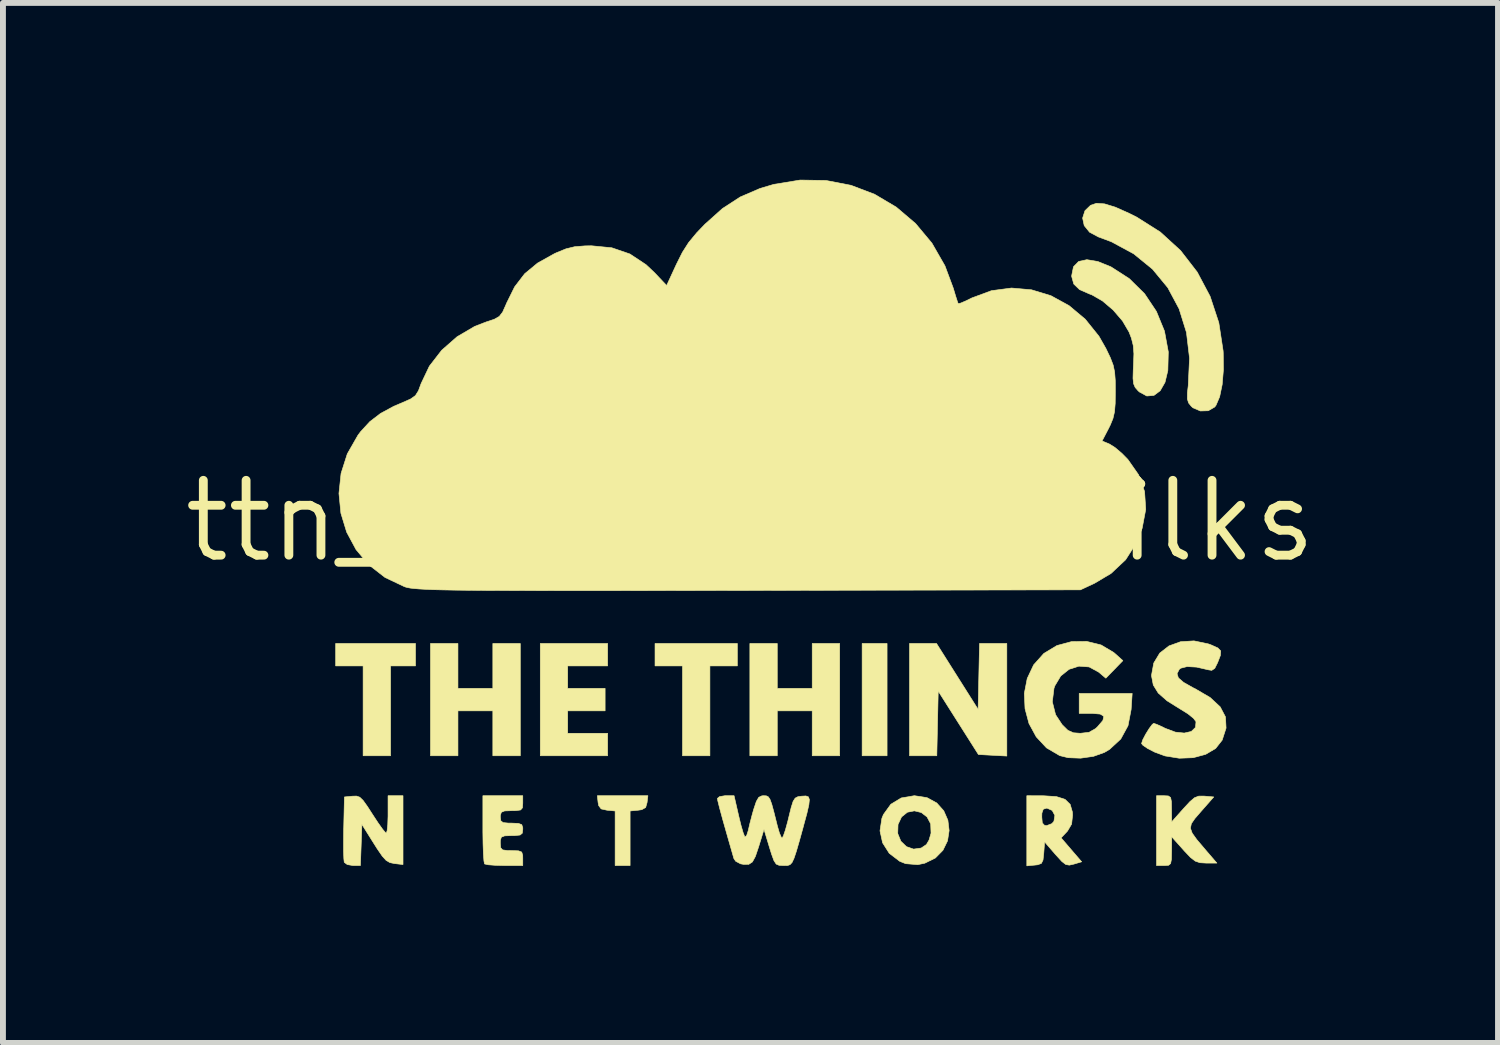
<source format=kicad_pcb>
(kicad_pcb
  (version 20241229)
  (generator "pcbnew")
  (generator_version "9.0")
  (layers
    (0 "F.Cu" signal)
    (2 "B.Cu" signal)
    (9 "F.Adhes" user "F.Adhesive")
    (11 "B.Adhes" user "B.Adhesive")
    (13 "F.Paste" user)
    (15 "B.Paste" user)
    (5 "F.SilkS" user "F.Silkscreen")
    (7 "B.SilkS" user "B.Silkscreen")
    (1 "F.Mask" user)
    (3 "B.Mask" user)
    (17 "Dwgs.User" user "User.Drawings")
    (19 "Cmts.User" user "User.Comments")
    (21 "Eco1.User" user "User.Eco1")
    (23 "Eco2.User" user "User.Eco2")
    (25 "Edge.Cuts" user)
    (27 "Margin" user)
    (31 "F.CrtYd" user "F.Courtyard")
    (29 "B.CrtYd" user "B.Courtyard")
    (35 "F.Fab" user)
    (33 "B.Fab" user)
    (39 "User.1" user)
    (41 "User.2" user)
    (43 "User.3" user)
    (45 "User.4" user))
  (footprint "ttn_logo_small_silks"
    (layer "F.Cu")
    (at 9.683 5.79)
    (property "Reference" "ttn_logo_small_silks" (at 0 0 0) (layer "F.SilkS") (effects (font (size 1.27 1.27) (thickness 0.15))))
    (attr through_hole)
    (fp_poly (pts (xy 2.318 3.983) (xy 1.895 3.983) (xy 1.895 2.078) (xy 2.318 2.078) (xy 2.318 3.983)) (stroke (width 0.01) (type solid)) (fill yes) (layer "F.SilkS"))
    (fp_poly (pts (xy -5.683 2.459) (xy -6.106 2.459) (xy -6.106 3.983) (xy -6.572 3.983) (xy -6.572 2.459) (xy -7.038 2.459) (xy -7.038 2.078) (xy -5.683 2.078) (xy -5.683 2.459)) (stroke (width 0.01) (type solid)) (fill yes) (layer "F.SilkS"))
    (fp_poly (pts (xy -0.222 2.459) (xy -0.688 2.459) (xy -0.688 3.983) (xy -1.153 3.983) (xy -1.153 2.459) (xy -1.619 2.459) (xy -1.619 2.078) (xy -0.222 2.078) (xy -0.222 2.459)) (stroke (width 0.01) (type solid)) (fill yes) (layer "F.SilkS"))
    (fp_poly (pts (xy -4.963 2.84) (xy -4.371 2.84) (xy -4.371 2.078) (xy -3.905 2.078) (xy -3.905 3.983) (xy -4.371 3.983) (xy -4.371 3.221) (xy -4.963 3.221) (xy -4.963 3.983) (xy -5.429 3.983) (xy -5.429 2.078) (xy -4.963 2.078) (xy -4.963 2.84)) (stroke (width 0.01) (type solid)) (fill yes) (layer "F.SilkS"))
    (fp_poly (pts (xy -2.423 2.459) (xy -3.101 2.459) (xy -3.101 2.84) (xy -2.466 2.84) (xy -2.466 3.221) (xy -3.101 3.221) (xy -3.101 3.602) (xy -2.423 3.602) (xy -2.423 3.983) (xy -3.566 3.983) (xy -3.566 2.078) (xy -2.423 2.078) (xy -2.423 2.459)) (stroke (width 0.01) (type solid)) (fill yes) (layer "F.SilkS"))
    (fp_poly (pts (xy 0.455 2.84) (xy 1.048 2.84) (xy 1.048 2.078) (xy 1.514 2.078) (xy 1.514 3.983) (xy 1.048 3.983) (xy 1.048 3.221) (xy 0.455 3.221) (xy 0.455 3.983) (xy -0.01 3.983) (xy -0.01 2.078) (xy 0.455 2.078) (xy 0.455 2.84)) (stroke (width 0.01) (type solid)) (fill yes) (layer "F.SilkS"))
    (fp_poly (pts (xy -1.754 4.777) (xy -1.778 4.861) (xy -1.844 4.898) (xy -1.905 4.907) (xy -2.042 4.92) (xy -2.042 5.846) (xy -2.296 5.846) (xy -2.296 4.92) (xy -2.434 4.907) (xy -2.533 4.885) (xy -2.575 4.829) (xy -2.585 4.777) (xy -2.598 4.661) (xy -1.74 4.661) (xy -1.754 4.777)) (stroke (width 0.01) (type solid)) (fill yes) (layer "F.SilkS"))
    (fp_poly (pts (xy 3.51 2.637) (xy 3.863 3.196) (xy 3.875 2.637) (xy 3.887 2.078) (xy 4.35 2.078) (xy 4.35 3.988) (xy 4.109 3.975) (xy 3.868 3.962) (xy 3.527 3.424) (xy 3.186 2.886) (xy 3.174 3.434) (xy 3.162 3.983) (xy 2.699 3.983) (xy 2.699 2.078) (xy 3.157 2.078) (xy 3.51 2.637)) (stroke (width 0.01) (type solid)) (fill yes) (layer "F.SilkS"))
    (fp_poly (pts (xy -5.895 5.829) (xy -6.041 5.812) (xy -6.117 5.796) (xy -6.181 5.759) (xy -6.248 5.685) (xy -6.333 5.561) (xy -6.39 5.471) (xy -6.593 5.147) (xy -6.605 5.497) (xy -6.618 5.846) (xy -6.744 5.846) (xy -6.841 5.829) (xy -6.892 5.791) (xy -6.899 5.729) (xy -6.904 5.601) (xy -6.904 5.425) (xy -6.902 5.22) (xy -6.901 5.209) (xy -6.889 4.682) (xy -6.752 4.669) (xy -6.684 4.667) (xy -6.629 4.686) (xy -6.572 4.741) (xy -6.499 4.843) (xy -6.414 4.975) (xy -6.321 5.117) (xy -6.243 5.227) (xy -6.192 5.288) (xy -6.18 5.295) (xy -6.165 5.257) (xy -6.154 5.154) (xy -6.149 5.008) (xy -6.149 4.978) (xy -6.149 4.661) (xy -5.895 4.661) (xy -5.895 5.829)) (stroke (width 0.01) (type solid)) (fill yes) (layer "F.SilkS"))
    (fp_poly (pts (xy 5.894 -4.403) (xy 6.116 -4.313) (xy 6.427 -4.113) (xy 6.687 -3.857) (xy 6.888 -3.556) (xy 7.025 -3.222) (xy 7.09 -2.869) (xy 7.082 -2.553) (xy 7.034 -2.353) (xy 6.952 -2.21) (xy 6.846 -2.131) (xy 6.725 -2.121) (xy 6.6 -2.189) (xy 6.577 -2.21) (xy 6.528 -2.266) (xy 6.501 -2.329) (xy 6.491 -2.421) (xy 6.495 -2.565) (xy 6.499 -2.646) (xy 6.506 -2.837) (xy 6.495 -2.978) (xy 6.464 -3.102) (xy 6.424 -3.206) (xy 6.313 -3.395) (xy 6.155 -3.579) (xy 5.973 -3.734) (xy 5.792 -3.838) (xy 5.756 -3.851) (xy 5.584 -3.926) (xy 5.486 -4.021) (xy 5.451 -4.147) (xy 5.451 -4.166) (xy 5.481 -4.314) (xy 5.569 -4.404) (xy 5.708 -4.434) (xy 5.894 -4.403)) (stroke (width 0.01) (type solid)) (fill yes) (layer "F.SilkS"))
    (fp_poly (pts (xy 7.091 4.665) (xy 7.129 4.692) (xy 7.143 4.763) (xy 7.145 4.883) (xy 7.147 5.105) (xy 7.347 4.88) (xy 7.457 4.761) (xy 7.535 4.695) (xy 7.606 4.668) (xy 7.691 4.667) (xy 7.704 4.668) (xy 7.861 4.682) (xy 7.643 4.93) (xy 7.541 5.048) (xy 7.481 5.135) (xy 7.465 5.212) (xy 7.495 5.296) (xy 7.573 5.405) (xy 7.703 5.558) (xy 7.73 5.59) (xy 7.914 5.804) (xy 7.73 5.804) (xy 7.627 5.798) (xy 7.548 5.771) (xy 7.467 5.709) (xy 7.361 5.597) (xy 7.347 5.581) (xy 7.148 5.359) (xy 7.146 5.603) (xy 7.143 5.739) (xy 7.129 5.812) (xy 7.095 5.841) (xy 7.028 5.846) (xy 7.017 5.846) (xy 6.89 5.846) (xy 6.89 4.661) (xy 7.017 4.661) (xy 7.091 4.665)) (stroke (width 0.01) (type solid)) (fill yes) (layer "F.SilkS"))
    (fp_poly (pts (xy 6.008 -5.381) (xy 6.191 -5.325) (xy 6.428 -5.219) (xy 6.554 -5.156) (xy 6.954 -4.903) (xy 7.298 -4.589) (xy 7.581 -4.223) (xy 7.799 -3.812) (xy 7.947 -3.364) (xy 8.02 -2.886) (xy 8.022 -2.851) (xy 8.025 -2.568) (xy 8.004 -2.315) (xy 7.961 -2.108) (xy 7.899 -1.963) (xy 7.877 -1.934) (xy 7.768 -1.871) (xy 7.634 -1.867) (xy 7.508 -1.921) (xy 7.481 -1.945) (xy 7.434 -2.003) (xy 7.413 -2.071) (xy 7.414 -2.176) (xy 7.428 -2.294) (xy 7.45 -2.762) (xy 7.398 -3.199) (xy 7.273 -3.6) (xy 7.081 -3.959) (xy 6.822 -4.273) (xy 6.502 -4.534) (xy 6.122 -4.739) (xy 5.904 -4.82) (xy 5.754 -4.9) (xy 5.663 -5.013) (xy 5.636 -5.14) (xy 5.676 -5.265) (xy 5.77 -5.356) (xy 5.871 -5.391) (xy 6.008 -5.381)) (stroke (width 0.01) (type solid)) (fill yes) (layer "F.SilkS"))
    (fp_poly (pts (xy 2.996 4.694) (xy 3.161 4.784) (xy 3.28 4.917) (xy 3.35 5.077) (xy 3.371 5.252) (xy 3.344 5.427) (xy 3.266 5.587) (xy 3.137 5.718) (xy 2.958 5.806) (xy 2.838 5.831) (xy 2.633 5.814) (xy 2.533 5.774) (xy 2.355 5.638) (xy 2.242 5.46) (xy 2.208 5.303) (xy 2.499 5.303) (xy 2.552 5.433) (xy 2.647 5.525) (xy 2.768 5.567) (xy 2.897 5.549) (xy 2.986 5.489) (xy 3.03 5.414) (xy 3.063 5.301) (xy 3.064 5.293) (xy 3.058 5.138) (xy 2.996 5.021) (xy 2.898 4.946) (xy 2.781 4.918) (xy 2.663 4.941) (xy 2.564 5.021) (xy 2.504 5.149) (xy 2.499 5.303) (xy 2.208 5.303) (xy 2.198 5.257) (xy 2.23 5.045) (xy 2.257 4.979) (xy 2.382 4.806) (xy 2.558 4.699) (xy 2.779 4.661) (xy 2.784 4.661) (xy 2.996 4.694)) (stroke (width 0.01) (type solid)) (fill yes) (layer "F.SilkS"))
    (fp_poly (pts (xy 4.974 4.662) (xy 5.192 4.676) (xy 5.338 4.723) (xy 5.425 4.808) (xy 5.463 4.939) (xy 5.466 4.99) (xy 5.449 5.143) (xy 5.38 5.26) (xy 5.371 5.27) (xy 5.271 5.376) (xy 5.445 5.579) (xy 5.62 5.782) (xy 5.486 5.822) (xy 5.41 5.839) (xy 5.35 5.828) (xy 5.284 5.777) (xy 5.189 5.673) (xy 5.172 5.654) (xy 4.991 5.445) (xy 4.977 5.635) (xy 4.964 5.753) (xy 4.936 5.81) (xy 4.873 5.833) (xy 4.826 5.838) (xy 4.689 5.851) (xy 4.689 5.021) (xy 4.943 5.021) (xy 4.952 5.123) (xy 4.99 5.164) (xy 5.025 5.169) (xy 5.114 5.135) (xy 5.149 5.096) (xy 5.165 4.996) (xy 5.12 4.911) (xy 5.032 4.872) (xy 5.026 4.872) (xy 4.968 4.89) (xy 4.945 4.956) (xy 4.943 5.021) (xy 4.689 5.021) (xy 4.689 4.661) (xy 4.974 4.662)) (stroke (width 0.01) (type solid)) (fill yes) (layer "F.SilkS"))
    (fp_poly (pts (xy -3.863 4.788) (xy -3.868 4.866) (xy -3.9 4.903) (xy -3.981 4.914) (xy -4.053 4.915) (xy -4.171 4.919) (xy -4.226 4.941) (xy -4.243 4.992) (xy -4.244 5.021) (xy -4.236 5.086) (xy -4.197 5.117) (xy -4.105 5.126) (xy -4.053 5.126) (xy -3.936 5.131) (xy -3.88 5.152) (xy -3.863 5.204) (xy -3.863 5.232) (xy -3.871 5.297) (xy -3.909 5.328) (xy -4.002 5.338) (xy -4.053 5.338) (xy -4.17 5.342) (xy -4.226 5.363) (xy -4.243 5.417) (xy -4.244 5.465) (xy -4.238 5.543) (xy -4.206 5.58) (xy -4.125 5.591) (xy -4.053 5.592) (xy -3.936 5.596) (xy -3.881 5.617) (xy -3.864 5.671) (xy -3.863 5.719) (xy -3.863 5.846) (xy -4.173 5.846) (xy -4.328 5.842) (xy -4.448 5.833) (xy -4.51 5.819) (xy -4.512 5.818) (xy -4.522 5.767) (xy -4.531 5.648) (xy -4.537 5.478) (xy -4.54 5.273) (xy -4.54 5.225) (xy -4.54 4.661) (xy -3.863 4.661) (xy -3.863 4.788)) (stroke (width 0.01) (type solid)) (fill yes) (layer "F.SilkS"))
    (fp_poly (pts (xy 5.951 2.104) (xy 6.164 2.231) (xy 6.183 2.247) (xy 6.319 2.369) (xy 6.03 2.667) (xy 5.907 2.563) (xy 5.746 2.476) (xy 5.573 2.463) (xy 5.407 2.516) (xy 5.265 2.629) (xy 5.165 2.796) (xy 5.15 2.839) (xy 5.122 3.068) (xy 5.177 3.286) (xy 5.288 3.455) (xy 5.385 3.551) (xy 5.479 3.593) (xy 5.597 3.602) (xy 5.745 3.585) (xy 5.856 3.522) (xy 5.889 3.491) (xy 5.98 3.384) (xy 5.996 3.314) (xy 5.935 3.276) (xy 5.794 3.264) (xy 5.789 3.264) (xy 5.578 3.264) (xy 5.578 2.925) (xy 6.477 2.925) (xy 6.459 3.199) (xy 6.406 3.474) (xy 6.283 3.699) (xy 6.093 3.875) (xy 6.005 3.927) (xy 5.82 3.993) (xy 5.602 4.024) (xy 5.39 4.016) (xy 5.248 3.981) (xy 5.023 3.849) (xy 4.849 3.662) (xy 4.726 3.436) (xy 4.659 3.185) (xy 4.647 2.925) (xy 4.696 2.672) (xy 4.805 2.441) (xy 4.979 2.246) (xy 4.98 2.246) (xy 5.2 2.113) (xy 5.449 2.046) (xy 5.706 2.043) (xy 5.951 2.104)) (stroke (width 0.01) (type solid)) (fill yes) (layer "F.SilkS"))
    (fp_poly (pts (xy 7.769 2.085) (xy 7.82 2.104) (xy 7.931 2.154) (xy 7.979 2.204) (xy 7.974 2.28) (xy 7.927 2.402) (xy 7.878 2.5) (xy 7.827 2.534) (xy 7.769 2.525) (xy 7.57 2.479) (xy 7.408 2.47) (xy 7.299 2.498) (xy 7.275 2.518) (xy 7.238 2.591) (xy 7.261 2.662) (xy 7.349 2.738) (xy 7.51 2.829) (xy 7.547 2.847) (xy 7.8 2.995) (xy 7.97 3.153) (xy 8.06 3.324) (xy 8.07 3.513) (xy 8.004 3.718) (xy 7.893 3.859) (xy 7.724 3.959) (xy 7.512 4.016) (xy 7.277 4.025) (xy 7.034 3.986) (xy 6.858 3.921) (xy 6.738 3.859) (xy 6.658 3.804) (xy 6.636 3.776) (xy 6.656 3.713) (xy 6.705 3.619) (xy 6.765 3.522) (xy 6.818 3.451) (xy 6.843 3.433) (xy 6.895 3.451) (xy 6.993 3.495) (xy 7.038 3.518) (xy 7.209 3.582) (xy 7.361 3.598) (xy 7.48 3.571) (xy 7.551 3.502) (xy 7.56 3.405) (xy 7.518 3.348) (xy 7.421 3.27) (xy 7.292 3.19) (xy 7.069 3.051) (xy 6.919 2.919) (xy 6.835 2.783) (xy 6.806 2.632) (xy 6.805 2.617) (xy 6.843 2.41) (xy 6.945 2.241) (xy 7.102 2.119) (xy 7.299 2.048) (xy 7.526 2.034) (xy 7.769 2.085)) (stroke (width 0.01) (type solid)) (fill yes) (layer "F.SilkS"))
    (fp_poly (pts (xy -0.2 5.001) (xy -0.161 5.161) (xy -0.125 5.285) (xy -0.098 5.354) (xy -0.093 5.361) (xy -0.065 5.338) (xy -0.039 5.257) (xy -0.037 5.251) (xy -0.011 5.137) (xy 0.029 4.984) (xy 0.055 4.892) (xy 0.1 4.758) (xy 0.141 4.688) (xy 0.194 4.663) (xy 0.224 4.661) (xy 0.268 4.663) (xy 0.302 4.679) (xy 0.331 4.721) (xy 0.361 4.803) (xy 0.398 4.939) (xy 0.449 5.142) (xy 0.458 5.179) (xy 0.492 5.295) (xy 0.524 5.368) (xy 0.537 5.38) (xy 0.559 5.342) (xy 0.594 5.24) (xy 0.634 5.094) (xy 0.649 5.031) (xy 0.691 4.861) (xy 0.724 4.757) (xy 0.759 4.702) (xy 0.805 4.678) (xy 0.869 4.669) (xy 0.94 4.665) (xy 0.983 4.68) (xy 1 4.726) (xy 0.991 4.815) (xy 0.958 4.96) (xy 0.9 5.173) (xy 0.898 5.182) (xy 0.83 5.428) (xy 0.779 5.604) (xy 0.739 5.723) (xy 0.706 5.794) (xy 0.671 5.831) (xy 0.631 5.845) (xy 0.578 5.846) (xy 0.56 5.846) (xy 0.486 5.842) (xy 0.437 5.821) (xy 0.399 5.763) (xy 0.359 5.654) (xy 0.323 5.539) (xy 0.23 5.232) (xy 0.139 5.528) (xy 0.084 5.691) (xy 0.033 5.785) (xy -0.028 5.825) (xy -0.116 5.826) (xy -0.167 5.817) (xy -0.25 5.773) (xy -0.281 5.727) (xy -0.386 5.362) (xy -0.467 5.077) (xy -0.523 4.872) (xy -0.554 4.748) (xy -0.561 4.707) (xy -0.524 4.676) (xy -0.433 4.661) (xy -0.419 4.661) (xy -0.278 4.661) (xy -0.2 5.001)) (stroke (width 0.01) (type solid)) (fill yes) (layer "F.SilkS"))
    (fp_poly (pts (xy 1.282 -5.778) (xy 1.706 -5.696) (xy 2.106 -5.544) (xy 2.474 -5.326) (xy 2.801 -5.048) (xy 3.079 -4.715) (xy 3.3 -4.33) (xy 3.441 -3.952) (xy 3.481 -3.818) (xy 3.512 -3.722) (xy 3.525 -3.687) (xy 3.566 -3.697) (xy 3.66 -3.737) (xy 3.757 -3.785) (xy 4.089 -3.908) (xy 4.43 -3.953) (xy 4.769 -3.923) (xy 5.098 -3.823) (xy 5.405 -3.655) (xy 5.68 -3.425) (xy 5.913 -3.135) (xy 6.032 -2.926) (xy 6.107 -2.769) (xy 6.154 -2.646) (xy 6.179 -2.528) (xy 6.19 -2.384) (xy 6.191 -2.198) (xy 6.189 -1.996) (xy 6.177 -1.852) (xy 6.151 -1.74) (xy 6.107 -1.632) (xy 6.079 -1.575) (xy 5.966 -1.358) (xy 6.091 -1.306) (xy 6.184 -1.248) (xy 6.303 -1.147) (xy 6.404 -1.044) (xy 6.586 -0.784) (xy 6.687 -0.501) (xy 6.707 -0.197) (xy 6.646 0.124) (xy 6.549 0.37) (xy 6.366 0.657) (xy 6.118 0.89) (xy 5.837 1.057) (xy 5.599 1.168) (xy -0.032 1.178) (xy -0.839 1.179) (xy -1.566 1.18) (xy -2.217 1.181) (xy -2.797 1.181) (xy -3.309 1.181) (xy -3.759 1.18) (xy -4.15 1.179) (xy -4.487 1.178) (xy -4.775 1.176) (xy -5.017 1.173) (xy -5.219 1.169) (xy -5.384 1.165) (xy -5.517 1.159) (xy -5.622 1.153) (xy -5.704 1.146) (xy -5.767 1.139) (xy -5.816 1.13) (xy -5.854 1.12) (xy -5.873 1.113) (xy -6.2 0.958) (xy -6.474 0.745) (xy -6.692 0.485) (xy -6.851 0.189) (xy -6.949 -0.132) (xy -6.982 -0.468) (xy -6.946 -0.808) (xy -6.84 -1.14) (xy -6.66 -1.455) (xy -6.615 -1.515) (xy -6.458 -1.686) (xy -6.278 -1.824) (xy -6.051 -1.947) (xy -5.9 -2.011) (xy -5.765 -2.071) (xy -5.685 -2.128) (xy -5.633 -2.21) (xy -5.588 -2.332) (xy -5.448 -2.627) (xy -5.239 -2.897) (xy -4.977 -3.127) (xy -4.677 -3.303) (xy -4.485 -3.377) (xy -4.346 -3.423) (xy -4.262 -3.471) (xy -4.205 -3.544) (xy -4.149 -3.669) (xy -4.139 -3.694) (xy -4.001 -3.973) (xy -3.831 -4.195) (xy -3.611 -4.377) (xy -3.326 -4.536) (xy -3.289 -4.553) (xy -3.13 -4.618) (xy -2.982 -4.654) (xy -2.807 -4.668) (xy -2.699 -4.67) (xy -2.352 -4.636) (xy -2.046 -4.531) (xy -1.771 -4.349) (xy -1.627 -4.213) (xy -1.422 -3.996) (xy -1.256 -4.356) (xy -1.155 -4.558) (xy -1.048 -4.726) (xy -0.912 -4.89) (xy -0.773 -5.035) (xy -0.476 -5.301) (xy -0.173 -5.498) (xy 0.161 -5.642) (xy 0.396 -5.712) (xy 0.843 -5.785) (xy 1.282 -5.778)) (stroke (width 0.01) (type solid)) (fill yes) (layer "F.SilkS")))
  (gr_rect
    (start -3 -3)
    (end 22.367 14.646)
    (stroke (width 0.1) (type default))
    (fill no)
    (layer "Edge.Cuts")))
</source>
